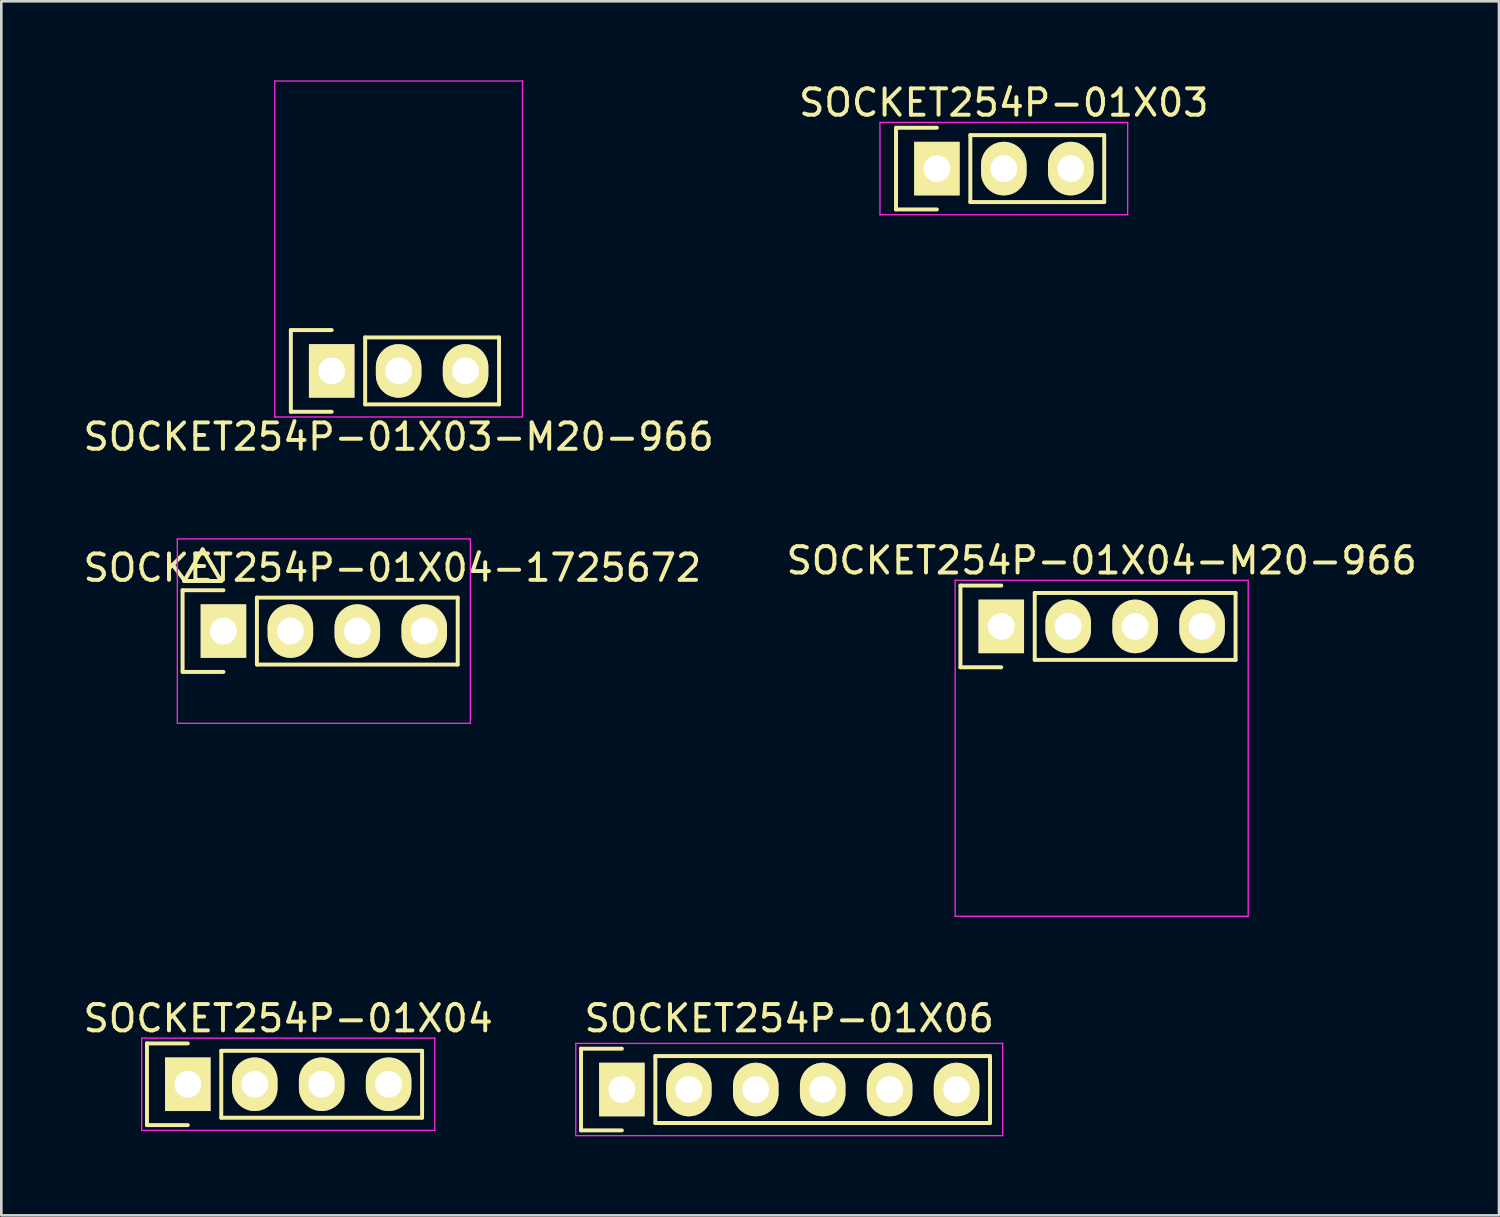
<source format=kicad_pcb>
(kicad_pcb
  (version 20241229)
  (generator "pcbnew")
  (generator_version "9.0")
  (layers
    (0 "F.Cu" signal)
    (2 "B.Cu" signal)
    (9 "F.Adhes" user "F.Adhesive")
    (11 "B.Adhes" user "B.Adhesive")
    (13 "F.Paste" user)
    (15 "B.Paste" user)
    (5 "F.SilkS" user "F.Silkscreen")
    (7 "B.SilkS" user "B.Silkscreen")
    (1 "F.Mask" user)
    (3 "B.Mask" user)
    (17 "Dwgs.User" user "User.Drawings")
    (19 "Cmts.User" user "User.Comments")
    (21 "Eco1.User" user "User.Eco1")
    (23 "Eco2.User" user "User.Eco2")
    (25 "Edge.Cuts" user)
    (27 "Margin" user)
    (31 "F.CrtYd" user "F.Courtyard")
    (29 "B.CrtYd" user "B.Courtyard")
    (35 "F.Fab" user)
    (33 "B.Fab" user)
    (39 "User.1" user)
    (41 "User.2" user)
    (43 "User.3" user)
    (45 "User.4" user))
  (footprint "SOCKET254P-01X03"
    (layer "F.Cu")
    (at 35.042 3.348)
    (property "Reference" "SOCKET254P-01X03" (at 0 -2.5 0) (layer "F.SilkS") (effects (font (size 1 1) (thickness 0.15))))
    (attr through_hole)
    (fp_line (start -4.09 -1.55) (end -4.09 1.55) (stroke (width 0.15) (type solid)) (layer "F.SilkS"))
    (fp_line (start -4.09 1.55) (end -2.54 1.55) (stroke (width 0.15) (type solid)) (layer "F.SilkS"))
    (fp_line (start -2.54 -1.55) (end -4.09 -1.55) (stroke (width 0.15) (type solid)) (layer "F.SilkS"))
    (fp_line (start -1.27 -1.27) (end 3.81 -1.27) (stroke (width 0.15) (type solid)) (layer "F.SilkS"))
    (fp_line (start -1.27 1.27) (end -1.27 -1.27) (stroke (width 0.15) (type solid)) (layer "F.SilkS"))
    (fp_line (start -1.27 1.27) (end 3.81 1.27) (stroke (width 0.15) (type solid)) (layer "F.SilkS"))
    (fp_line (start 3.81 -1.27) (end 3.81 1.27) (stroke (width 0.15) (type solid)) (layer "F.SilkS"))
    (fp_line (start -4.7 -1.75) (end -4.7 1.75) (stroke (width 0.05) (type solid)) (layer "F.CrtYd"))
    (fp_line (start -4.7 -1.75) (end 4.7 -1.75) (stroke (width 0.05) (type solid)) (layer "F.CrtYd"))
    (fp_line (start -4.7 1.75) (end 4.7 1.75) (stroke (width 0.05) (type solid)) (layer "F.CrtYd"))
    (fp_line (start 4.7 -1.75) (end 4.7 1.75) (stroke (width 0.05) (type solid)) (layer "F.CrtYd"))
    (pad "1" thru_hole rect (at -2.54 0) (size 1.727 2.032) (drill 1.016) (layers "*.Cu" "*.Mask" "F.SilkS"))
    (pad "2" thru_hole oval (at 0 0) (size 1.727 2.032) (drill 1.016) (layers "*.Cu" "*.Mask" "F.SilkS"))
    (pad "3" thru_hole oval (at 2.54 0) (size 1.727 2.032) (drill 1.016) (layers "*.Cu" "*.Mask" "F.SilkS")))
  (footprint "SOCKET254P-01X04"
    (layer "F.Cu")
    (at 7.887 38.095)
    (property "Reference" "SOCKET254P-01X04" (at 0 -2.5 0) (layer "F.SilkS") (effects (font (size 1 1) (thickness 0.15))))
    (attr through_hole)
    (fp_line (start -5.36 -1.55) (end -5.36 1.55) (stroke (width 0.15) (type solid)) (layer "F.SilkS"))
    (fp_line (start -5.36 1.55) (end -3.81 1.55) (stroke (width 0.15) (type solid)) (layer "F.SilkS"))
    (fp_line (start -3.81 -1.55) (end -5.36 -1.55) (stroke (width 0.15) (type solid)) (layer "F.SilkS"))
    (fp_line (start -2.54 -1.27) (end 5.08 -1.27) (stroke (width 0.15) (type solid)) (layer "F.SilkS"))
    (fp_line (start -2.54 1.27) (end -2.54 -1.27) (stroke (width 0.15) (type solid)) (layer "F.SilkS"))
    (fp_line (start -2.54 1.27) (end 5.08 1.27) (stroke (width 0.15) (type solid)) (layer "F.SilkS"))
    (fp_line (start 5.08 -1.27) (end 5.08 1.27) (stroke (width 0.15) (type solid)) (layer "F.SilkS"))
    (fp_line (start -5.56 -1.75) (end -5.56 1.75) (stroke (width 0.05) (type solid)) (layer "F.CrtYd"))
    (fp_line (start -5.56 -1.75) (end 5.56 -1.75) (stroke (width 0.05) (type solid)) (layer "F.CrtYd"))
    (fp_line (start -5.56 1.75) (end 5.56 1.75) (stroke (width 0.05) (type solid)) (layer "F.CrtYd"))
    (fp_line (start 5.56 -1.75) (end 5.56 1.75) (stroke (width 0.05) (type solid)) (layer "F.CrtYd"))
    (pad "1" thru_hole rect (at -3.81 0) (size 1.727 2.032) (drill 1.016) (layers "*.Cu" "*.Mask" "F.SilkS"))
    (pad "2" thru_hole oval (at -1.27 0) (size 1.727 2.032) (drill 1.016) (layers "*.Cu" "*.Mask" "F.SilkS"))
    (pad "3" thru_hole oval (at 1.27 0) (size 1.727 2.032) (drill 1.016) (layers "*.Cu" "*.Mask" "F.SilkS"))
    (pad "4" thru_hole oval (at 3.81 0) (size 1.727 2.032) (drill 1.016) (layers "*.Cu" "*.Mask" "F.SilkS")))
  (footprint "SOCKET254P-01X06"
    (layer "F.Cu")
    (at 26.899 38.295)
    (property "Reference" "SOCKET254P-01X06" (at 0 -2.7 0) (layer "F.SilkS") (effects (font (size 1 1) (thickness 0.15))))
    (attr through_hole)
    (fp_line (start -7.9 -1.55) (end -7.9 1.55) (stroke (width 0.15) (type solid)) (layer "F.SilkS"))
    (fp_line (start -7.9 1.55) (end -6.35 1.55) (stroke (width 0.15) (type solid)) (layer "F.SilkS"))
    (fp_line (start -6.35 -1.55) (end -7.9 -1.55) (stroke (width 0.15) (type solid)) (layer "F.SilkS"))
    (fp_line (start -5.08 1.27) (end -5.08 -1.27) (stroke (width 0.15) (type solid)) (layer "F.SilkS"))
    (fp_line (start -5.08 1.27) (end 7.62 1.27) (stroke (width 0.15) (type solid)) (layer "F.SilkS"))
    (fp_line (start 7.62 -1.27) (end -5.08 -1.27) (stroke (width 0.15) (type solid)) (layer "F.SilkS"))
    (fp_line (start 7.62 1.27) (end 7.62 -1.27) (stroke (width 0.15) (type solid)) (layer "F.SilkS"))
    (fp_line (start -8.1 -1.75) (end -8.1 1.75) (stroke (width 0.05) (type solid)) (layer "F.CrtYd"))
    (fp_line (start -8.1 -1.75) (end 8.1 -1.75) (stroke (width 0.05) (type solid)) (layer "F.CrtYd"))
    (fp_line (start -8.1 1.75) (end 8.1 1.75) (stroke (width 0.05) (type solid)) (layer "F.CrtYd"))
    (fp_line (start 8.1 -1.75) (end 8.1 1.75) (stroke (width 0.05) (type solid)) (layer "F.CrtYd"))
    (pad "1" thru_hole rect (at -6.35 0) (size 1.727 2.032) (drill 1.016) (layers "*.Cu" "*.Mask" "F.SilkS"))
    (pad "2" thru_hole oval (at -3.81 0) (size 1.727 2.032) (drill 1.016) (layers "*.Cu" "*.Mask" "F.SilkS"))
    (pad "3" thru_hole oval (at -1.27 0) (size 1.727 2.032) (drill 1.016) (layers "*.Cu" "*.Mask" "F.SilkS"))
    (pad "4" thru_hole oval (at 1.27 0) (size 1.727 2.032) (drill 1.016) (layers "*.Cu" "*.Mask" "F.SilkS"))
    (pad "5" thru_hole oval (at 3.81 0) (size 1.727 2.032) (drill 1.016) (layers "*.Cu" "*.Mask" "F.SilkS"))
    (pad "6" thru_hole oval (at 6.35 0) (size 1.727 2.032) (drill 1.016) (layers "*.Cu" "*.Mask" "F.SilkS")))
  (footprint "SOCKET254P-01X04-M20-966"
    (layer "F.Cu")
    (at 38.756 20.721)
    (property "Reference" "SOCKET254P-01X04-M20-966" (at 0 -2.5 0) (layer "F.SilkS") (effects (font (size 1 1) (thickness 0.15))))
    (attr through_hole)
    (fp_line (start -5.36 -1.55) (end -5.36 1.55) (stroke (width 0.15) (type solid)) (layer "F.SilkS"))
    (fp_line (start -5.36 1.55) (end -3.81 1.55) (stroke (width 0.15) (type solid)) (layer "F.SilkS"))
    (fp_line (start -3.81 -1.55) (end -5.36 -1.55) (stroke (width 0.15) (type solid)) (layer "F.SilkS"))
    (fp_line (start -2.54 -1.27) (end 5.08 -1.27) (stroke (width 0.15) (type solid)) (layer "F.SilkS"))
    (fp_line (start -2.54 1.27) (end -2.54 -1.27) (stroke (width 0.15) (type solid)) (layer "F.SilkS"))
    (fp_line (start -2.54 1.27) (end 5.08 1.27) (stroke (width 0.15) (type solid)) (layer "F.SilkS"))
    (fp_line (start 5.08 -1.27) (end 5.08 1.27) (stroke (width 0.15) (type solid)) (layer "F.SilkS"))
    (fp_line (start -5.56 -1.75) (end -5.56 11) (stroke (width 0.05) (type solid)) (layer "F.CrtYd"))
    (fp_line (start -5.56 -1.75) (end 5.56 -1.75) (stroke (width 0.05) (type solid)) (layer "F.CrtYd"))
    (fp_line (start -5.56 11) (end 5.56 11) (stroke (width 0.05) (type solid)) (layer "F.CrtYd"))
    (fp_line (start 5.56 -1.75) (end 5.56 11) (stroke (width 0.05) (type solid)) (layer "F.CrtYd"))
    (pad "1" thru_hole rect (at -3.81 0) (size 1.727 2.032) (drill 1.016) (layers "*.Cu" "*.Mask" "F.SilkS"))
    (pad "2" thru_hole oval (at -1.27 0) (size 1.727 2.032) (drill 1.016) (layers "*.Cu" "*.Mask" "F.SilkS"))
    (pad "3" thru_hole oval (at 1.27 0) (size 1.727 2.032) (drill 1.016) (layers "*.Cu" "*.Mask" "F.SilkS"))
    (pad "4" thru_hole oval (at 3.81 0) (size 1.727 2.032) (drill 1.016) (layers "*.Cu" "*.Mask" "F.SilkS")))
  (footprint "SOCKET254P-01X03-M20-966"
    (layer "F.Cu")
    (at 12.077 11.025)
    (property "Reference" "SOCKET254P-01X03-M20-966" (at 0 2.5 0) (layer "F.SilkS") (effects (font (size 1 1) (thickness 0.15))))
    (attr through_hole)
    (fp_line (start -4.09 -1.55) (end -4.09 1.55) (stroke (width 0.15) (type solid)) (layer "F.SilkS"))
    (fp_line (start -4.09 1.55) (end -2.54 1.55) (stroke (width 0.15) (type solid)) (layer "F.SilkS"))
    (fp_line (start -2.54 -1.55) (end -4.09 -1.55) (stroke (width 0.15) (type solid)) (layer "F.SilkS"))
    (fp_line (start -1.27 -1.27) (end 3.81 -1.27) (stroke (width 0.15) (type solid)) (layer "F.SilkS"))
    (fp_line (start -1.27 1.27) (end -1.27 -1.27) (stroke (width 0.15) (type solid)) (layer "F.SilkS"))
    (fp_line (start -1.27 1.27) (end 3.81 1.27) (stroke (width 0.15) (type solid)) (layer "F.SilkS"))
    (fp_line (start 3.81 -1.27) (end 3.81 1.27) (stroke (width 0.15) (type solid)) (layer "F.SilkS"))
    (fp_line (start -4.7 -11) (end -4.7 1.75) (stroke (width 0.05) (type solid)) (layer "F.CrtYd"))
    (fp_line (start -4.7 -11) (end 4.7 -11) (stroke (width 0.05) (type solid)) (layer "F.CrtYd"))
    (fp_line (start -4.7 1.75) (end 4.7 1.75) (stroke (width 0.05) (type solid)) (layer "F.CrtYd"))
    (fp_line (start 4.7 -11) (end 4.7 1.75) (stroke (width 0.05) (type solid)) (layer "F.CrtYd"))
    (pad "1" thru_hole rect (at -2.54 0) (size 1.727 2.032) (drill 1.016) (layers "*.Cu" "*.Mask" "F.SilkS"))
    (pad "2" thru_hole oval (at 0 0) (size 1.727 2.032) (drill 1.016) (layers "*.Cu" "*.Mask" "F.SilkS"))
    (pad "3" thru_hole oval (at 2.54 0) (size 1.727 2.032) (drill 1.016) (layers "*.Cu" "*.Mask" "F.SilkS")))
  (footprint "SOCKET254P-01X04-1725672"
    (layer "F.Cu")
    (at 9.239 20.898)
    (property "Reference" "SOCKET254P-01X04-1725672" (at 2.6 -2.4 0) (layer "F.SilkS") (effects (font (size 1 1) (thickness 0.15))))
    (attr through_hole)
    (fp_line (start -5.36 -1.55) (end -5.36 1.55) (stroke (width 0.15) (type solid)) (layer "F.SilkS"))
    (fp_line (start -5.36 1.55) (end -3.81 1.55) (stroke (width 0.15) (type solid)) (layer "F.SilkS"))
    (fp_line (start -5.3 -1.9) (end -3.9 -1.9) (stroke (width 0.152) (type solid)) (layer "F.SilkS"))
    (fp_line (start -4.6 -3.1) (end -5.3 -1.9) (stroke (width 0.152) (type solid)) (layer "F.SilkS"))
    (fp_line (start -3.9 -1.9) (end -4.6 -3.1) (stroke (width 0.152) (type solid)) (layer "F.SilkS"))
    (fp_line (start -3.81 -1.55) (end -5.36 -1.55) (stroke (width 0.15) (type solid)) (layer "F.SilkS"))
    (fp_line (start -2.54 -1.27) (end 5.08 -1.27) (stroke (width 0.15) (type solid)) (layer "F.SilkS"))
    (fp_line (start -2.54 1.27) (end -2.54 -1.27) (stroke (width 0.15) (type solid)) (layer "F.SilkS"))
    (fp_line (start -2.54 1.27) (end 5.08 1.27) (stroke (width 0.15) (type solid)) (layer "F.SilkS"))
    (fp_line (start 5.08 -1.27) (end 5.08 1.27) (stroke (width 0.15) (type solid)) (layer "F.SilkS"))
    (fp_line (start -5.56 -3.5) (end -5.56 3.5) (stroke (width 0.05) (type solid)) (layer "F.CrtYd"))
    (fp_line (start -5.56 -3.5) (end 5.56 -3.5) (stroke (width 0.05) (type solid)) (layer "F.CrtYd"))
    (fp_line (start -5.56 3.5) (end 5.56 3.5) (stroke (width 0.05) (type solid)) (layer "F.CrtYd"))
    (fp_line (start 5.56 -3.5) (end 5.56 3.5) (stroke (width 0.05) (type solid)) (layer "F.CrtYd"))
    (pad "1" thru_hole rect (at -3.81 0) (size 1.727 2.032) (drill 1.016) (layers "*.Cu" "*.Mask" "F.SilkS"))
    (pad "2" thru_hole oval (at -1.27 0) (size 1.727 2.032) (drill 1.016) (layers "*.Cu" "*.Mask" "F.SilkS"))
    (pad "3" thru_hole oval (at 1.27 0) (size 1.727 2.032) (drill 1.016) (layers "*.Cu" "*.Mask" "F.SilkS"))
    (pad "4" thru_hole oval (at 3.81 0) (size 1.727 2.032) (drill 1.016) (layers "*.Cu" "*.Mask" "F.SilkS")))
  (gr_rect
    (start -3 -3)
    (end 53.833 43.07)
    (stroke (width 0.1) (type default))
    (fill no)
    (layer "Edge.Cuts")))
</source>
